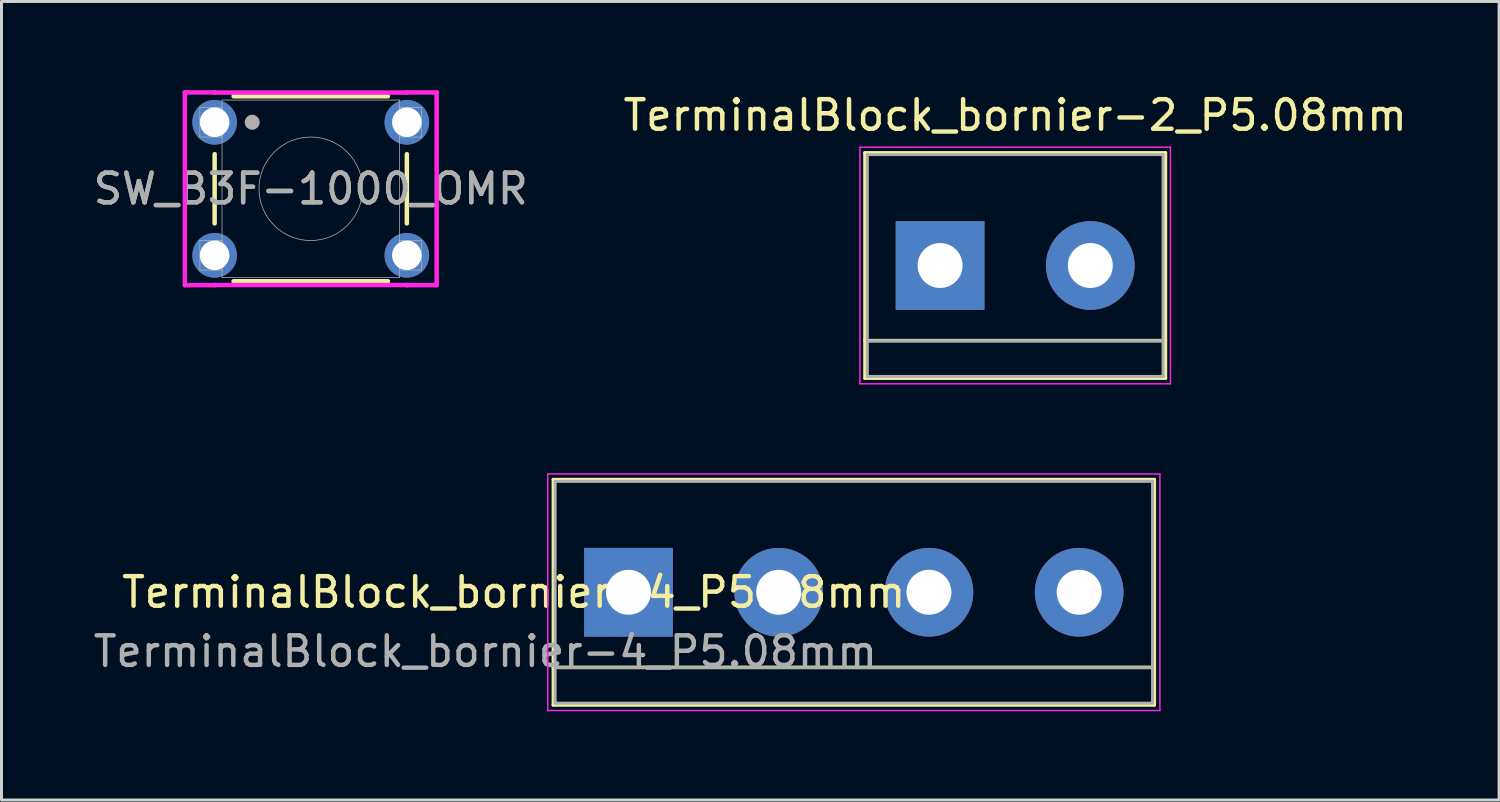
<source format=kicad_pcb>
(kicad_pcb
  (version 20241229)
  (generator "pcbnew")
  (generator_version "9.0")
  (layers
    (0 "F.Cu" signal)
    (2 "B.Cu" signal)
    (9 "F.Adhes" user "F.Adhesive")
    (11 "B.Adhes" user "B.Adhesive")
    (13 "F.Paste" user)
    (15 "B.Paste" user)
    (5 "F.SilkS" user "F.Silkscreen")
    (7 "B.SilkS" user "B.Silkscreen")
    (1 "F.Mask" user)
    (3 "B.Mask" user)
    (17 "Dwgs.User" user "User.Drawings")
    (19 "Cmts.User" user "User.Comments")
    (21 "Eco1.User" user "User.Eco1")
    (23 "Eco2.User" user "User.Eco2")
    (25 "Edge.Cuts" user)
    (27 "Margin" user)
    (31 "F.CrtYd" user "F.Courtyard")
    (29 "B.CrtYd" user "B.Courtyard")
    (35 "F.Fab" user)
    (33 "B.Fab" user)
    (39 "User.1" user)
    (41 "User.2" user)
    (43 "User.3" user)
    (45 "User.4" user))
  (footprint "TerminalBlock_bornier-2_P5.08mm"
    (layer "F.Cu")
    (at 28.74 5.928)
    (property "Reference" "TerminalBlock_bornier-2_P5.08mm" (at 2.54 -5.08 180) (layer "F.SilkS") (effects (font (size 1 1) (thickness 0.15))))
    (attr through_hole)
    (fp_line (start -2.54 -3.81) (end -2.54 3.81) (stroke (width 0.12) (type solid)) (layer "F.SilkS"))
    (fp_line (start -2.54 3.81) (end 7.62 3.81) (stroke (width 0.12) (type solid)) (layer "F.SilkS"))
    (fp_line (start 7.62 -3.81) (end -2.54 -3.81) (stroke (width 0.12) (type solid)) (layer "F.SilkS"))
    (fp_line (start 7.62 2.54) (end -2.54 2.54) (stroke (width 0.12) (type solid)) (layer "F.SilkS"))
    (fp_line (start 7.62 3.81) (end 7.62 -3.81) (stroke (width 0.12) (type solid)) (layer "F.SilkS"))
    (fp_line (start -2.71 -4) (end -2.71 4) (stroke (width 0.05) (type solid)) (layer "F.CrtYd"))
    (fp_line (start -2.71 -4) (end 7.79 -4) (stroke (width 0.05) (type solid)) (layer "F.CrtYd"))
    (fp_line (start 7.79 4) (end -2.71 4) (stroke (width 0.05) (type solid)) (layer "F.CrtYd"))
    (fp_line (start 7.79 4) (end 7.79 -4) (stroke (width 0.05) (type solid)) (layer "F.CrtYd"))
    (fp_line (start -2.46 -3.75) (end -2.46 3.75) (stroke (width 0.1) (type solid)) (layer "F.Fab"))
    (fp_line (start -2.46 3.75) (end 7.54 3.75) (stroke (width 0.1) (type solid)) (layer "F.Fab"))
    (fp_line (start -2.41 2.55) (end 7.49 2.55) (stroke (width 0.1) (type solid)) (layer "F.Fab"))
    (fp_line (start 7.54 -3.75) (end -2.46 -3.75) (stroke (width 0.1) (type solid)) (layer "F.Fab"))
    (fp_line (start 7.54 3.75) (end 7.54 -3.75) (stroke (width 0.1) (type solid)) (layer "F.Fab"))
    (pad "1" thru_hole rect (at 0 0) (size 3 3) (drill 1.52) (layers "*.Cu" "*.Mask"))
    (pad "2" thru_hole circle (at 5.08 0) (size 3 3) (drill 1.52) (layers "*.Cu" "*.Mask")))
  (footprint "TerminalBlock_bornier-4_P5.08mm"
    (layer "F.Cu")
    (at 18.203 16.978)
    (property "Reference" "TerminalBlock_bornier-4_P5.08mm" (at -3.88 0 180) (layer "F.SilkS") (effects (font (size 1 1) (thickness 0.15))))
    (attr through_hole)
    (fp_line (start -2.54 -3.81) (end -2.54 3.81) (stroke (width 0.12) (type solid)) (layer "F.SilkS"))
    (fp_line (start -2.54 -3.81) (end 17.78 -3.81) (stroke (width 0.12) (type solid)) (layer "F.SilkS"))
    (fp_line (start -2.54 3.81) (end 17.78 3.81) (stroke (width 0.12) (type solid)) (layer "F.SilkS"))
    (fp_line (start 17.78 2.54) (end -2.54 2.54) (stroke (width 0.12) (type solid)) (layer "F.SilkS"))
    (fp_line (start 17.78 3.81) (end 17.78 -3.81) (stroke (width 0.12) (type solid)) (layer "F.SilkS"))
    (fp_line (start -2.73 -4) (end -2.73 4) (stroke (width 0.05) (type solid)) (layer "F.CrtYd"))
    (fp_line (start -2.73 -4) (end 17.97 -4) (stroke (width 0.05) (type solid)) (layer "F.CrtYd"))
    (fp_line (start 17.97 4) (end -2.73 4) (stroke (width 0.05) (type solid)) (layer "F.CrtYd"))
    (fp_line (start 17.97 4) (end 17.97 -4) (stroke (width 0.05) (type solid)) (layer "F.CrtYd"))
    (fp_line (start -2.48 -3.75) (end 17.72 -3.75) (stroke (width 0.1) (type solid)) (layer "F.Fab"))
    (fp_line (start -2.48 2.55) (end 17.72 2.55) (stroke (width 0.1) (type solid)) (layer "F.Fab"))
    (fp_line (start -2.48 3.75) (end -2.48 -3.75) (stroke (width 0.1) (type solid)) (layer "F.Fab"))
    (fp_line (start -2.43 3.75) (end -2.48 3.75) (stroke (width 0.1) (type solid)) (layer "F.Fab"))
    (fp_line (start 17.72 -3.75) (end 17.72 3.75) (stroke (width 0.1) (type solid)) (layer "F.Fab"))
    (fp_line (start 17.72 3.75) (end -2.43 3.75) (stroke (width 0.1) (type solid)) (layer "F.Fab"))
    (fp_text user "${REFERENCE}" (at -4.84 2 180) (layer "F.Fab") (effects (font (size 1 1) (thickness 0.15))))
    (pad "1" thru_hole rect (at 0 0) (size 3 3) (drill 1.52) (layers "*.Cu" "*.Mask"))
    (pad "2" thru_hole circle (at 5.08 0) (size 3 3) (drill 1.52) (layers "*.Cu" "*.Mask"))
    (pad "3" thru_hole circle (at 10.16 0) (size 3 3) (drill 1.52) (layers "*.Cu" "*.Mask"))
    (pad "4" thru_hole circle (at 15.24 0) (size 3 3) (drill 1.52) (layers "*.Cu" "*.Mask")))
  (footprint "SW_B3F-1000_OMR"
    (layer "F.Cu")
    (at 4.208 1.084)
    (property "Reference" "SW_B3F-1000_OMR" (at 3.25 2.25 0) (unlocked yes) (layer "F.Fab") (effects (font (size 1 1) (thickness 0.15))))
    (attr through_hole)
    (fp_line (start 0 1.08) (end 0 3.42) (stroke (width 0.152) (type solid)) (layer "F.SilkS"))
    (fp_line (start 0.642 5.377) (end 5.858 5.377) (stroke (width 0.152) (type solid)) (layer "F.SilkS"))
    (fp_line (start 5.858 -0.877) (end 0.642 -0.877) (stroke (width 0.152) (type solid)) (layer "F.SilkS"))
    (fp_line (start 6.5 3.42) (end 6.5 1.08) (stroke (width 0.152) (type solid)) (layer "F.SilkS"))
    (fp_line (start -1.008 -1.008) (end -0.004 -1.008) (stroke (width 0.152) (type solid)) (layer "F.CrtYd"))
    (fp_line (start -1.008 5.508) (end -1.008 -1.008) (stroke (width 0.152) (type solid)) (layer "F.CrtYd"))
    (fp_line (start -1.008 5.508) (end -0.004 5.508) (stroke (width 0.152) (type solid)) (layer "F.CrtYd"))
    (fp_line (start -0.004 -1.008) (end -0.004 -1.004) (stroke (width 0.152) (type solid)) (layer "F.CrtYd"))
    (fp_line (start -0.004 -1.004) (end 6.504 -1.004) (stroke (width 0.152) (type solid)) (layer "F.CrtYd"))
    (fp_line (start -0.004 5.504) (end -0.004 5.508) (stroke (width 0.152) (type solid)) (layer "F.CrtYd"))
    (fp_line (start 6.504 -1.004) (end 6.504 -1.008) (stroke (width 0.152) (type solid)) (layer "F.CrtYd"))
    (fp_line (start 6.504 5.504) (end -0.004 5.504) (stroke (width 0.152) (type solid)) (layer "F.CrtYd"))
    (fp_line (start 6.504 5.508) (end 6.504 5.504) (stroke (width 0.152) (type solid)) (layer "F.CrtYd"))
    (fp_line (start 7.508 -1.008) (end 6.504 -1.008) (stroke (width 0.152) (type solid)) (layer "F.CrtYd"))
    (fp_line (start 7.508 -1.008) (end 7.508 5.508) (stroke (width 0.152) (type solid)) (layer "F.CrtYd"))
    (fp_line (start 7.508 5.508) (end 6.504 5.508) (stroke (width 0.152) (type solid)) (layer "F.CrtYd"))
    (fp_line (start -0.5 -0.5) (end -0.5 0.5) (stroke (width 0.025) (type solid)) (layer "F.Fab"))
    (fp_line (start -0.5 0.5) (end 0.25 0.5) (stroke (width 0.025) (type solid)) (layer "F.Fab"))
    (fp_line (start -0.5 4) (end -0.5 5) (stroke (width 0.025) (type solid)) (layer "F.Fab"))
    (fp_line (start -0.5 5) (end 0.25 5) (stroke (width 0.025) (type solid)) (layer "F.Fab"))
    (fp_line (start 0.25 -0.75) (end 0.25 5.25) (stroke (width 0.025) (type solid)) (layer "F.Fab"))
    (fp_line (start 0.25 5.25) (end 6.25 5.25) (stroke (width 0.025) (type solid)) (layer "F.Fab"))
    (fp_line (start 0.25 -0.5) (end -0.5 -0.5) (stroke (width 0.025) (type solid)) (layer "F.Fab"))
    (fp_line (start 0.25 0.5) (end 0.25 -0.5) (stroke (width 0.025) (type solid)) (layer "F.Fab"))
    (fp_line (start 0.25 4) (end -0.5 4) (stroke (width 0.025) (type solid)) (layer "F.Fab"))
    (fp_line (start 0.25 5) (end 0.25 4) (stroke (width 0.025) (type solid)) (layer "F.Fab"))
    (fp_line (start 6.25 -0.5) (end 6.25 0.5) (stroke (width 0.025) (type solid)) (layer "F.Fab"))
    (fp_line (start 6.25 0.5) (end 7 0.5) (stroke (width 0.025) (type solid)) (layer "F.Fab"))
    (fp_line (start 6.25 4) (end 6.25 5) (stroke (width 0.025) (type solid)) (layer "F.Fab"))
    (fp_line (start 6.25 5) (end 7 5) (stroke (width 0.025) (type solid)) (layer "F.Fab"))
    (fp_line (start 6.25 -0.75) (end 0.25 -0.75) (stroke (width 0.025) (type solid)) (layer "F.Fab"))
    (fp_line (start 6.25 5.25) (end 6.25 -0.75) (stroke (width 0.025) (type solid)) (layer "F.Fab"))
    (fp_line (start 7 -0.5) (end 6.25 -0.5) (stroke (width 0.025) (type solid)) (layer "F.Fab"))
    (fp_line (start 7 0.5) (end 7 -0.5) (stroke (width 0.025) (type solid)) (layer "F.Fab"))
    (fp_line (start 7 4) (end 6.25 4) (stroke (width 0.025) (type solid)) (layer "F.Fab"))
    (fp_line (start 7 5) (end 7 4) (stroke (width 0.025) (type solid)) (layer "F.Fab"))
    (fp_circle (center 1.27 0) (end 1.397 0) (stroke (width 0.254) (type solid)) (fill no) (layer "F.Fab"))
    (fp_circle (center 3.25 2.25) (end 5 2.25) (stroke (width 0.025) (type solid)) (fill no) (layer "F.Fab"))
    (fp_text user "${REFERENCE}" (at 3.25 2.25 0) (unlocked yes) (layer "F.Fab") (effects (font (size 1 1) (thickness 0.15))))
    (pad "1" thru_hole circle (at 0 0) (size 1.508 1.508) (drill 1) (layers "*.Cu" "*.Mask"))
    (pad "2" thru_hole circle (at 6.5 0) (size 1.508 1.508) (drill 1) (layers "*.Cu" "*.Mask"))
    (pad "3" thru_hole circle (at 0 4.5) (size 1.508 1.508) (drill 1) (layers "*.Cu" "*.Mask"))
    (pad "4" thru_hole circle (at 6.5 4.5) (size 1.508 1.508) (drill 1) (layers "*.Cu" "*.Mask")))
  (gr_rect
    (start -3 -3)
    (end 47.643 24.003)
    (stroke (width 0.1) (type default))
    (fill no)
    (layer "Edge.Cuts")))
</source>
